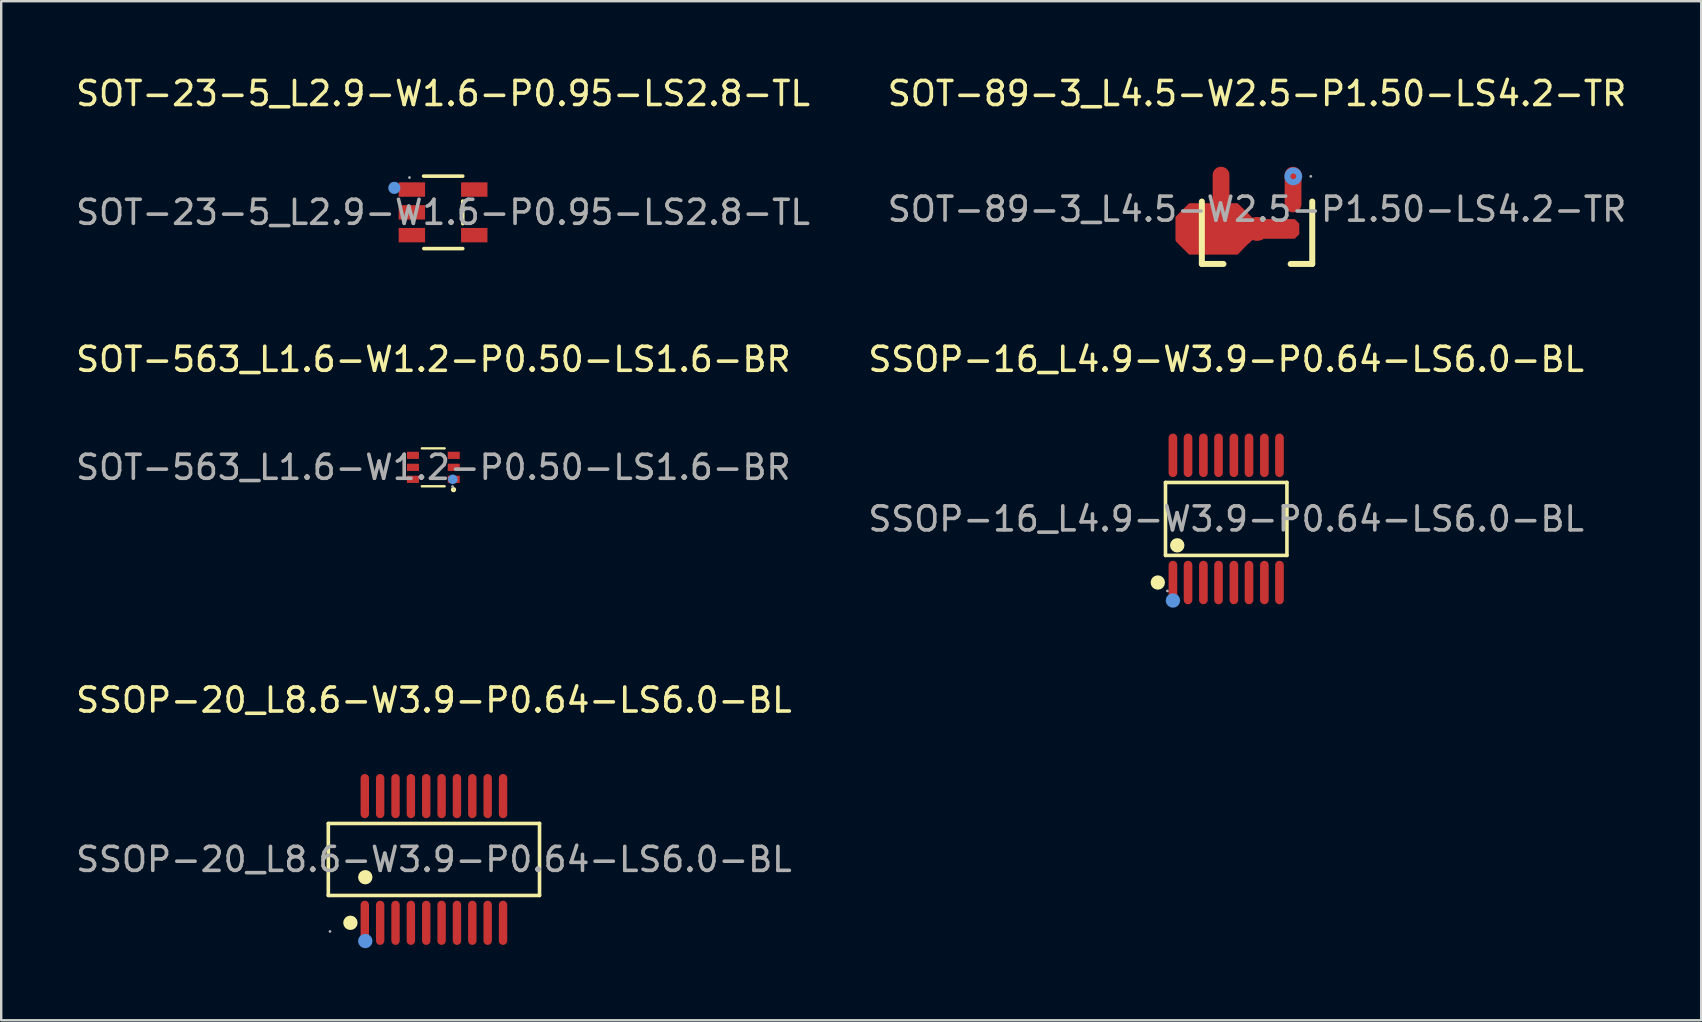
<source format=kicad_pcb>
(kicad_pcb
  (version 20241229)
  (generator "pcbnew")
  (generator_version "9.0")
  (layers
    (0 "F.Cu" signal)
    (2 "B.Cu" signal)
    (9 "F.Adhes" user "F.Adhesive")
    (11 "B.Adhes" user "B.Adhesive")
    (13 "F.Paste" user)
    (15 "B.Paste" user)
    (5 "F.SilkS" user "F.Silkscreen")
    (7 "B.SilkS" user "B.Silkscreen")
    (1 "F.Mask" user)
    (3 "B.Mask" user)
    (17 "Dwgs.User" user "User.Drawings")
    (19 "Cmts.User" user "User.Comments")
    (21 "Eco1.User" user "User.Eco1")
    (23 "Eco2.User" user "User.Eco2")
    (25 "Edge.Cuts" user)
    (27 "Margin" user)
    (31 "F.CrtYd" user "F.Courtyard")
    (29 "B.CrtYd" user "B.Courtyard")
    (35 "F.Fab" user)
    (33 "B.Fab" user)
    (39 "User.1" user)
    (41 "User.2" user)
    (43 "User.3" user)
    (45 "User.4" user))
  (footprint "SOT-563_L1.6-W1.2-P0.50-LS1.6-BR"
    (layer "F.Cu")
    (at 15.006 16.422)
    (property "Reference" "SOT-563_L1.6-W1.2-P0.50-LS1.6-BR" (at 0 -4.5 0) (layer "F.SilkS") (effects (font (size 1 1) (thickness 0.15))))
    (attr through_hole)
    (fp_line (start -0.48 -0.79) (end 0.47 -0.79) (stroke (width 0.1) (type solid)) (layer "F.SilkS"))
    (fp_line (start -0.48 0.79) (end 0.47 0.79) (stroke (width 0.1) (type solid)) (layer "F.SilkS"))
    (fp_circle (center 0.84 0.93) (end 0.9 0.93) (stroke (width 0.1) (type solid)) (fill no) (layer "F.SilkS"))
    (fp_circle (center 0.81 0.5) (end 0.91 0.5) (stroke (width 0.2) (type solid)) (fill no) (layer "Cmts.User"))
    (fp_circle (center 0.8 0.8) (end 0.83 0.8) (stroke (width 0.06) (type solid)) (fill no) (layer "F.Fab"))
    (fp_text user "${REFERENCE}" (at 0 0 0) (layer "F.Fab") (effects (font (size 1 1) (thickness 0.15))))
    (pad "1" smd rect (at 0.85 0.5 90) (size 0.3 0.5) (layers "F.Cu" "F.Mask" "F.Paste"))
    (pad "2" smd rect (at 0.85 0 90) (size 0.3 0.5) (layers "F.Cu" "F.Mask" "F.Paste"))
    (pad "3" smd rect (at 0.85 -0.5 90) (size 0.3 0.5) (layers "F.Cu" "F.Mask" "F.Paste"))
    (pad "4" smd rect (at -0.85 -0.5 90) (size 0.3 0.5) (layers "F.Cu" "F.Mask" "F.Paste"))
    (pad "5" smd rect (at -0.85 0 90) (size 0.3 0.5) (layers "F.Cu" "F.Mask" "F.Paste"))
    (pad "6" smd rect (at -0.85 0.5 90) (size 0.3 0.5) (layers "F.Cu" "F.Mask" "F.Paste")))
  (footprint "SSOP-16_L4.9-W3.9-P0.64-LS6.0-BL"
    (layer "F.Cu")
    (at 48.042 18.572)
    (property "Reference" "SSOP-16_L4.9-W3.9-P0.64-LS6.0-BL" (at 0 -6.65 0) (layer "F.SilkS") (effects (font (size 1 1) (thickness 0.15))))
    (attr through_hole)
    (fp_line (start -2.53 -1.52) (end 2.53 -1.52) (stroke (width 0.15) (type solid)) (layer "F.SilkS"))
    (fp_line (start -2.53 1.52) (end -2.53 -1.52) (stroke (width 0.15) (type solid)) (layer "F.SilkS"))
    (fp_line (start 2.53 -1.52) (end 2.53 1.52) (stroke (width 0.15) (type solid)) (layer "F.SilkS"))
    (fp_line (start 2.53 1.52) (end -2.53 1.52) (stroke (width 0.15) (type solid)) (layer "F.SilkS"))
    (fp_circle (center -2.85 2.65) (end -2.7 2.65) (stroke (width 0.3) (type solid)) (fill no) (layer "F.SilkS"))
    (fp_circle (center -2.04 1.1) (end -1.89 1.1) (stroke (width 0.3) (type solid)) (fill no) (layer "F.SilkS"))
    (fp_circle (center -2.22 3.4) (end -2.07 3.4) (stroke (width 0.3) (type solid)) (fill no) (layer "Cmts.User"))
    (fp_circle (center -2.45 3) (end -2.42 3) (stroke (width 0.06) (type solid)) (fill no) (layer "F.Fab"))
    (fp_text user "${REFERENCE}" (at 0 0 0) (layer "F.Fab") (effects (font (size 1 1) (thickness 0.15))))
    (pad "1" smd oval (at -2.22 2.65) (size 0.36 1.81) (layers "F.Cu" "F.Mask" "F.Paste"))
    (pad "2" smd oval (at -1.59 2.65) (size 0.36 1.81) (layers "F.Cu" "F.Mask" "F.Paste"))
    (pad "3" smd oval (at -0.95 2.65) (size 0.36 1.81) (layers "F.Cu" "F.Mask" "F.Paste"))
    (pad "4" smd oval (at -0.32 2.65) (size 0.36 1.81) (layers "F.Cu" "F.Mask" "F.Paste"))
    (pad "5" smd oval (at 0.32 2.65) (size 0.36 1.81) (layers "F.Cu" "F.Mask" "F.Paste"))
    (pad "6" smd oval (at 0.95 2.65) (size 0.36 1.81) (layers "F.Cu" "F.Mask" "F.Paste"))
    (pad "7" smd oval (at 1.59 2.65) (size 0.36 1.81) (layers "F.Cu" "F.Mask" "F.Paste"))
    (pad "8" smd oval (at 2.22 2.65) (size 0.36 1.81) (layers "F.Cu" "F.Mask" "F.Paste"))
    (pad "9" smd oval (at 2.22 -2.65) (size 0.36 1.81) (layers "F.Cu" "F.Mask" "F.Paste"))
    (pad "10" smd oval (at 1.59 -2.65) (size 0.36 1.81) (layers "F.Cu" "F.Mask" "F.Paste"))
    (pad "11" smd oval (at 0.95 -2.65) (size 0.36 1.81) (layers "F.Cu" "F.Mask" "F.Paste"))
    (pad "12" smd oval (at 0.32 -2.65) (size 0.36 1.81) (layers "F.Cu" "F.Mask" "F.Paste"))
    (pad "13" smd oval (at -0.32 -2.65) (size 0.36 1.81) (layers "F.Cu" "F.Mask" "F.Paste"))
    (pad "14" smd oval (at -0.95 -2.65) (size 0.36 1.81) (layers "F.Cu" "F.Mask" "F.Paste"))
    (pad "15" smd oval (at -1.59 -2.65) (size 0.36 1.81) (layers "F.Cu" "F.Mask" "F.Paste"))
    (pad "16" smd oval (at -2.22 -2.65) (size 0.36 1.81) (layers "F.Cu" "F.Mask" "F.Paste")))
  (footprint "SOT-89-3_L4.5-W2.5-P1.50-LS4.2-TR"
    (layer "F.Cu")
    (at 49.327 5.668)
    (property "Reference" "SOT-89-3_L4.5-W2.5-P1.50-LS4.2-TR" (at 0 -4.82 0) (layer "F.SilkS") (effects (font (size 1 1) (thickness 0.15))))
    (attr through_hole)
    (fp_line (start -2.3 2.28) (end -2.3 -0.32) (stroke (width 0.25) (type solid)) (layer "F.SilkS"))
    (fp_line (start -1.4 2.28) (end -2.3 2.28) (stroke (width 0.25) (type solid)) (layer "F.SilkS"))
    (fp_line (start 2.3 -0.32) (end 2.3 2.28) (stroke (width 0.25) (type solid)) (layer "F.SilkS"))
    (fp_line (start 2.3 2.28) (end 1.4 2.28) (stroke (width 0.25) (type solid)) (layer "F.SilkS"))
    (fp_circle (center 1.51 -1.37) (end 1.63 -1.37) (stroke (width 0.25) (type solid)) (fill no) (layer "Cmts.User"))
    (fp_circle (center 2.24 -1.37) (end 2.27 -1.37) (stroke (width 0.06) (type solid)) (fill no) (layer "F.Fab"))
    (fp_text user "${REFERENCE}" (at 0 0 0) (layer "F.Fab") (effects (font (size 1 1) (thickness 0.15))))
    (pad "1" smd oval (at 1.5 -0.82) (size 0.7 1.9) (layers "F.Cu" "F.Mask" "F.Paste"))
    (pad "2" smd custom (at 0 0.82 270) (size 1 1) (layers "F.Cu" "F.Mask" "F.Paste") (options (anchor circle)) (primitives (gr_poly (pts (xy 0.36 0) (xy 0.36 -1.48) (xy 0.36 -1.55) (xy 0.2 -1.71) (xy -0.2 -1.71) (xy -0.36 -1.55) (xy -0.36 0) (xy -0.36 0.15) (xy -1.02 0.83) (xy -1.02 2.54) (xy -1.02 2.81) (xy -0.48 3.35) (xy 0.48 3.35) (xy 1.02 2.81) (xy 1.02 0.83) (xy 0.66 0.48) (xy 0.36 0.15)) (width 0.1) (fill yes))))
    (pad "3" smd oval (at -1.5 -0.82) (size 0.7 1.9) (layers "F.Cu" "F.Mask" "F.Paste")))
  (footprint "SSOP-20_L8.6-W3.9-P0.64-LS6.0-BL"
    (layer "F.Cu")
    (at 15.03 32.76)
    (property "Reference" "SSOP-20_L8.6-W3.9-P0.64-LS6.0-BL" (at 0 -6.64 0) (layer "F.SilkS") (effects (font (size 1 1) (thickness 0.15))))
    (attr through_hole)
    (fp_line (start -4.4 -1.5) (end 4.4 -1.5) (stroke (width 0.15) (type solid)) (layer "F.SilkS"))
    (fp_line (start -4.4 1.5) (end -4.4 -1.5) (stroke (width 0.15) (type solid)) (layer "F.SilkS"))
    (fp_line (start 4.4 -1.5) (end 4.4 1.5) (stroke (width 0.15) (type solid)) (layer "F.SilkS"))
    (fp_line (start 4.4 1.5) (end -4.4 1.5) (stroke (width 0.15) (type solid)) (layer "F.SilkS"))
    (fp_circle (center -3.48 2.64) (end -3.33 2.64) (stroke (width 0.3) (type solid)) (fill no) (layer "F.SilkS"))
    (fp_circle (center -2.86 0.74) (end -2.71 0.74) (stroke (width 0.3) (type solid)) (fill no) (layer "F.SilkS"))
    (fp_circle (center -2.86 3.4) (end -2.71 3.4) (stroke (width 0.3) (type solid)) (fill no) (layer "Cmts.User"))
    (fp_circle (center -4.33 3) (end -4.3 3) (stroke (width 0.06) (type solid)) (fill no) (layer "F.Fab"))
    (fp_text user "${REFERENCE}" (at 0 0 0) (layer "F.Fab") (effects (font (size 1 1) (thickness 0.15))))
    (pad "1" smd oval (at -2.88 2.64) (size 0.35 1.84) (layers "F.Cu" "F.Mask" "F.Paste"))
    (pad "2" smd oval (at -2.24 2.64) (size 0.35 1.84) (layers "F.Cu" "F.Mask" "F.Paste"))
    (pad "3" smd oval (at -1.6 2.64) (size 0.35 1.84) (layers "F.Cu" "F.Mask" "F.Paste"))
    (pad "4" smd oval (at -0.96 2.64) (size 0.35 1.84) (layers "F.Cu" "F.Mask" "F.Paste"))
    (pad "5" smd oval (at -0.32 2.64) (size 0.35 1.84) (layers "F.Cu" "F.Mask" "F.Paste"))
    (pad "6" smd oval (at 0.32 2.64) (size 0.35 1.84) (layers "F.Cu" "F.Mask" "F.Paste"))
    (pad "7" smd oval (at 0.96 2.64) (size 0.35 1.84) (layers "F.Cu" "F.Mask" "F.Paste"))
    (pad "8" smd oval (at 1.6 2.64) (size 0.35 1.84) (layers "F.Cu" "F.Mask" "F.Paste"))
    (pad "9" smd oval (at 2.24 2.64) (size 0.35 1.84) (layers "F.Cu" "F.Mask" "F.Paste"))
    (pad "10" smd oval (at 2.88 2.64) (size 0.35 1.84) (layers "F.Cu" "F.Mask" "F.Paste"))
    (pad "11" smd oval (at 2.88 -2.64 180) (size 0.35 1.84) (layers "F.Cu" "F.Mask" "F.Paste"))
    (pad "12" smd oval (at 2.24 -2.64 180) (size 0.35 1.84) (layers "F.Cu" "F.Mask" "F.Paste"))
    (pad "13" smd oval (at 1.6 -2.64 180) (size 0.35 1.84) (layers "F.Cu" "F.Mask" "F.Paste"))
    (pad "14" smd oval (at 0.96 -2.64 180) (size 0.35 1.84) (layers "F.Cu" "F.Mask" "F.Paste"))
    (pad "15" smd oval (at 0.32 -2.64 180) (size 0.35 1.84) (layers "F.Cu" "F.Mask" "F.Paste"))
    (pad "16" smd oval (at -0.32 -2.64 180) (size 0.35 1.84) (layers "F.Cu" "F.Mask" "F.Paste"))
    (pad "17" smd oval (at -0.96 -2.64 180) (size 0.35 1.84) (layers "F.Cu" "F.Mask" "F.Paste"))
    (pad "18" smd oval (at -1.6 -2.64 180) (size 0.35 1.84) (layers "F.Cu" "F.Mask" "F.Paste"))
    (pad "19" smd oval (at -2.24 -2.64 180) (size 0.35 1.84) (layers "F.Cu" "F.Mask" "F.Paste"))
    (pad "20" smd oval (at -2.88 -2.64 180) (size 0.35 1.84) (layers "F.Cu" "F.Mask" "F.Paste")))
  (footprint "SOT-23-5_L2.9-W1.6-P0.95-LS2.8-TL"
    (layer "F.Cu")
    (at 15.411 5.798)
    (property "Reference" "SOT-23-5_L2.9-W1.6-P0.95-LS2.8-TL" (at 0 -4.95 0) (layer "F.SilkS") (effects (font (size 1 1) (thickness 0.15))))
    (attr through_hole)
    (fp_line (start -0.81 -1.51) (end 0.82 -1.51) (stroke (width 0.15) (type solid)) (layer "F.SilkS"))
    (fp_line (start -0.8 1.51) (end 0.82 1.51) (stroke (width 0.15) (type solid)) (layer "F.SilkS"))
    (fp_line (start 0.82 -0.47) (end 0.82 0.47) (stroke (width 0.15) (type solid)) (layer "F.SilkS"))
    (fp_circle (center -2.03 -1.02) (end -1.9 -1.02) (stroke (width 0.25) (type solid)) (fill no) (layer "Cmts.User"))
    (fp_circle (center -1.4 -1.45) (end -1.37 -1.45) (stroke (width 0.06) (type solid)) (fill no) (layer "F.Fab"))
    (fp_text user "${REFERENCE}" (at 0 0 0) (layer "F.Fab") (effects (font (size 1 1) (thickness 0.15))))
    (pad "1" smd rect (at -1.3 -0.95) (size 1.1 0.6) (layers "F.Cu" "F.Mask" "F.Paste"))
    (pad "2" smd rect (at -1.3 0) (size 1.1 0.6) (layers "F.Cu" "F.Mask" "F.Paste"))
    (pad "3" smd rect (at -1.3 0.95) (size 1.1 0.6) (layers "F.Cu" "F.Mask" "F.Paste"))
    (pad "4" smd rect (at 1.3 0.95) (size 1.1 0.6) (layers "F.Cu" "F.Mask" "F.Paste"))
    (pad "5" smd rect (at 1.3 -0.95) (size 1.1 0.6) (layers "F.Cu" "F.Mask" "F.Paste")))
  (gr_rect
    (start -3 -3)
    (end 67.833 39.46)
    (stroke (width 0.1) (type default))
    (fill no)
    (layer "Edge.Cuts")))
</source>
